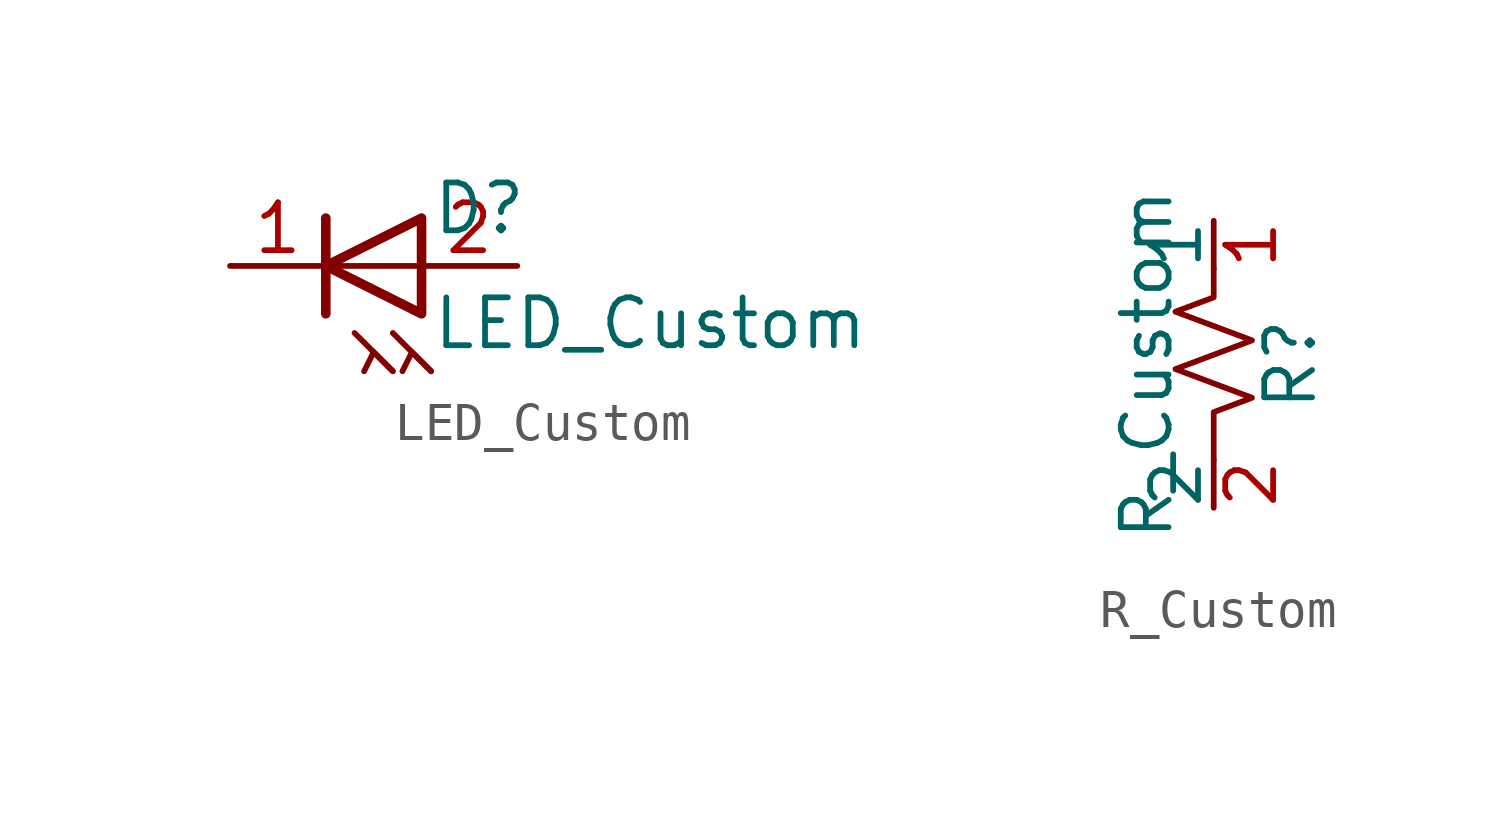
<source format=kicad_sym>
(kicad_symbol_lib
  (version 20231120)
  (generator "custom_lib")
  (generator_version "1.0")
  (symbol "LED_Custom"
    (pin_names
      (offset 1.016) hide)
    (property "Reference" "D"
      (at 1.524 1.524 0)
      (effects (font (size 1.27 1.27)) (justify left)))
    (property "Value" "LED_Custom"
      (at 1.524 -1.524 0)
      (effects (font (size 1.27 1.27)) (justify left)))
    (symbol "LED_Custom_0_1"
      (polyline (pts (xy -1.27 -1.27) (xy -1.27 1.27)) (stroke (width 0.254) (type default)) (fill (type none)))
      (polyline (pts (xy -1.27 0) (xy 1.27 0)) (stroke (width 0) (type default)) (fill (type none)))
      (polyline (pts (xy 1.27 -1.27) (xy 1.27 1.27) (xy -1.27 0) (xy 1.27 -1.27)) (stroke (width 0.254) (type default)) (fill (type none)))
      (polyline (pts (xy -0.508 -1.778) (xy 0.508 -2.794)) (stroke (width 0) (type default)) (fill (type none)))
      (polyline (pts (xy 0.508 -1.778) (xy 1.524 -2.794)) (stroke (width 0) (type default)) (fill (type none)))
      (polyline (pts (xy 0.508 -2.794) (xy 0 -2.286) (xy -0.254 -2.794)) (stroke (width 0) (type default)) (fill (type none)))
      (polyline (pts (xy 1.524 -2.794) (xy 1.016 -2.286) (xy 0.762 -2.794)) (stroke (width 0) (type default)) (fill (type none))))
    (symbol "LED_Custom_1_1"
      (pin passive line (at -3.81 0 0) (length 2.54) (name "A" (effects (font (size 1.27 1.27)))) (number "1" (effects (font (size 1.27 1.27)))))
      (pin passive line (at 3.81 0 180) (length 2.54) (name "K" (effects (font (size 1.27 1.27)))) (number "2" (effects (font (size 1.27 1.27)))))))
  (symbol "R_Custom"
    (pin_names
      (offset 0))
    (property "Reference" "R"
      (at 2.032 0 90)
      (effects (font (size 1.27 1.27))))
    (property "Value" "R_Custom"
      (at -1.778 0 90)
      (effects (font (size 1.27 1.27))))
    (symbol "R_Custom_0_1"
      (polyline (pts (xy 0 -2.54) (xy 0 -1.27) (xy 1.016 -0.889) (xy -1.016 -0.127) (xy 1.016 0.635) (xy -1.016 1.397) (xy 0 1.778) (xy 0 2.54)) (stroke (width 0) (type default)) (fill (type none))))
    (symbol "R_Custom_1_1"
      (pin passive line (at 0 3.81 270) (length 1.27) (name "1" (effects (font (size 1.27 1.27)))) (number "1" (effects (font (size 1.27 1.27)))))
      (pin passive line (at 0 -3.81 90) (length 1.27) (name "2" (effects (font (size 1.27 1.27)))) (number "2" (effects (font (size 1.27 1.27))))))))
</source>
